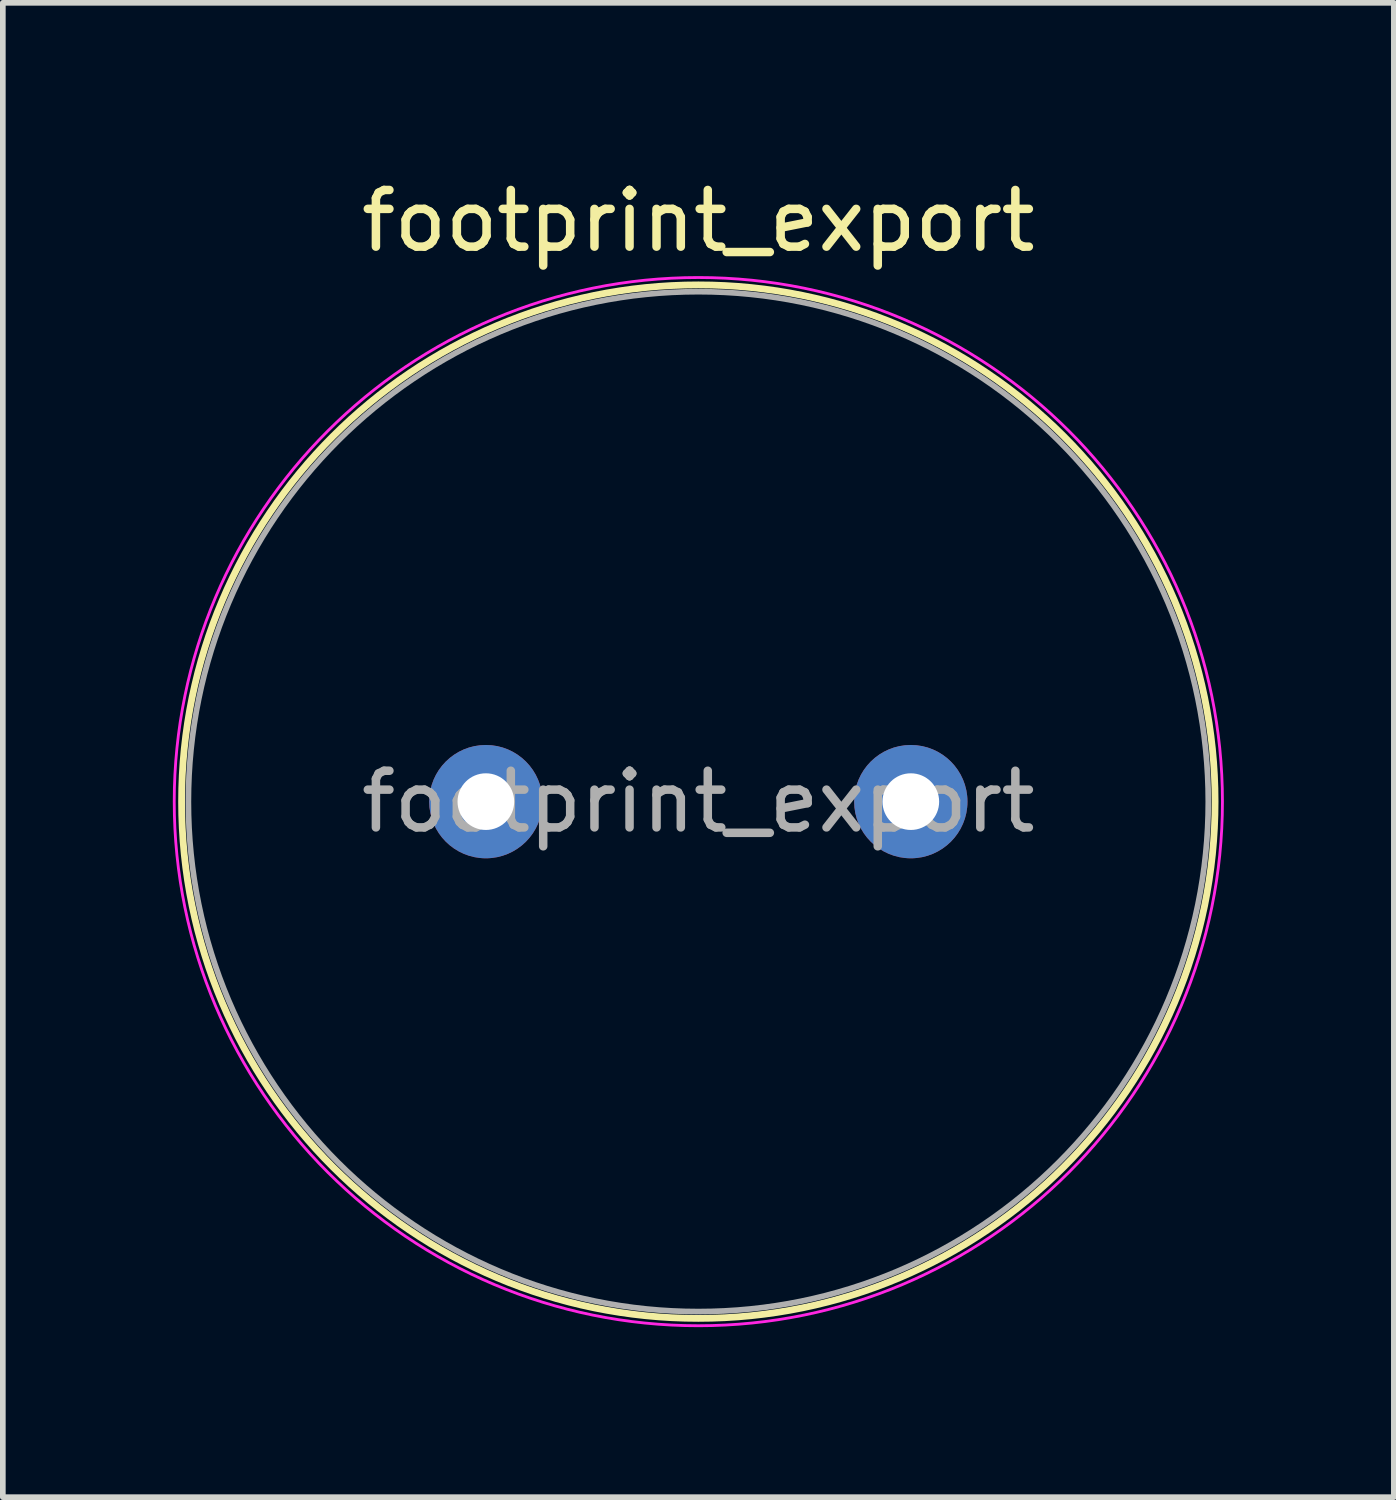
<source format=kicad_pcb>
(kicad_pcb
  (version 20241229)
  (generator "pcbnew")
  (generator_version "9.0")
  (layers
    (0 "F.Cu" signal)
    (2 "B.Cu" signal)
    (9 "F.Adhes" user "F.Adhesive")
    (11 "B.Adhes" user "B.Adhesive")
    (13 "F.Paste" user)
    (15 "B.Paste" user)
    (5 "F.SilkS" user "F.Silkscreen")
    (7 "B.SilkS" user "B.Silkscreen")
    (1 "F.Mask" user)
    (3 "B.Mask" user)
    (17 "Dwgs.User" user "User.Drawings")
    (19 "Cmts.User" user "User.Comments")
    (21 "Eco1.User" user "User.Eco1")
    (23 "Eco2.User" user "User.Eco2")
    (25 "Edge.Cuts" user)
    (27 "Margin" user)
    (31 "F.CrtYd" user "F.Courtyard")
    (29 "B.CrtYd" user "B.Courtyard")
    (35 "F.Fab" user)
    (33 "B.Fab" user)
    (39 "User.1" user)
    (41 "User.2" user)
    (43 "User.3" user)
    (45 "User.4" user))
  (footprint "footprint_export"
    (layer "F.Cu")
    (at 5.525 11.098)
    (property "Reference" "footprint_export" (at 3.75 -10.25 0) (layer "F.SilkS") (effects (font (size 1 1) (thickness 0.15))))
    (attr through_hole)
    (fp_circle (center 3.75 0) (end 12.87 0) (stroke (width 0.12) (type solid)) (fill no) (layer "F.SilkS"))
    (fp_circle (center 3.75 0) (end 13 0) (stroke (width 0.05) (type solid)) (fill no) (layer "F.CrtYd"))
    (fp_circle (center 3.75 0) (end 12.75 0) (stroke (width 0.1) (type solid)) (fill no) (layer "F.Fab"))
    (fp_text user "${REFERENCE}" (at 3.75 0 0) (layer "F.Fab") (effects (font (size 1 1) (thickness 0.15))))
    (pad "1" thru_hole circle (at 0 0) (size 2 2) (drill 1) (layers "*.Cu" "*.Mask"))
    (pad "2" thru_hole circle (at 7.5 0) (size 2 2) (drill 1) (layers "*.Cu" "*.Mask")))
  (gr_rect
    (start -3 -3)
    (end 21.55 23.373)
    (stroke (width 0.1) (type default))
    (fill no)
    (layer "Edge.Cuts")))
</source>
